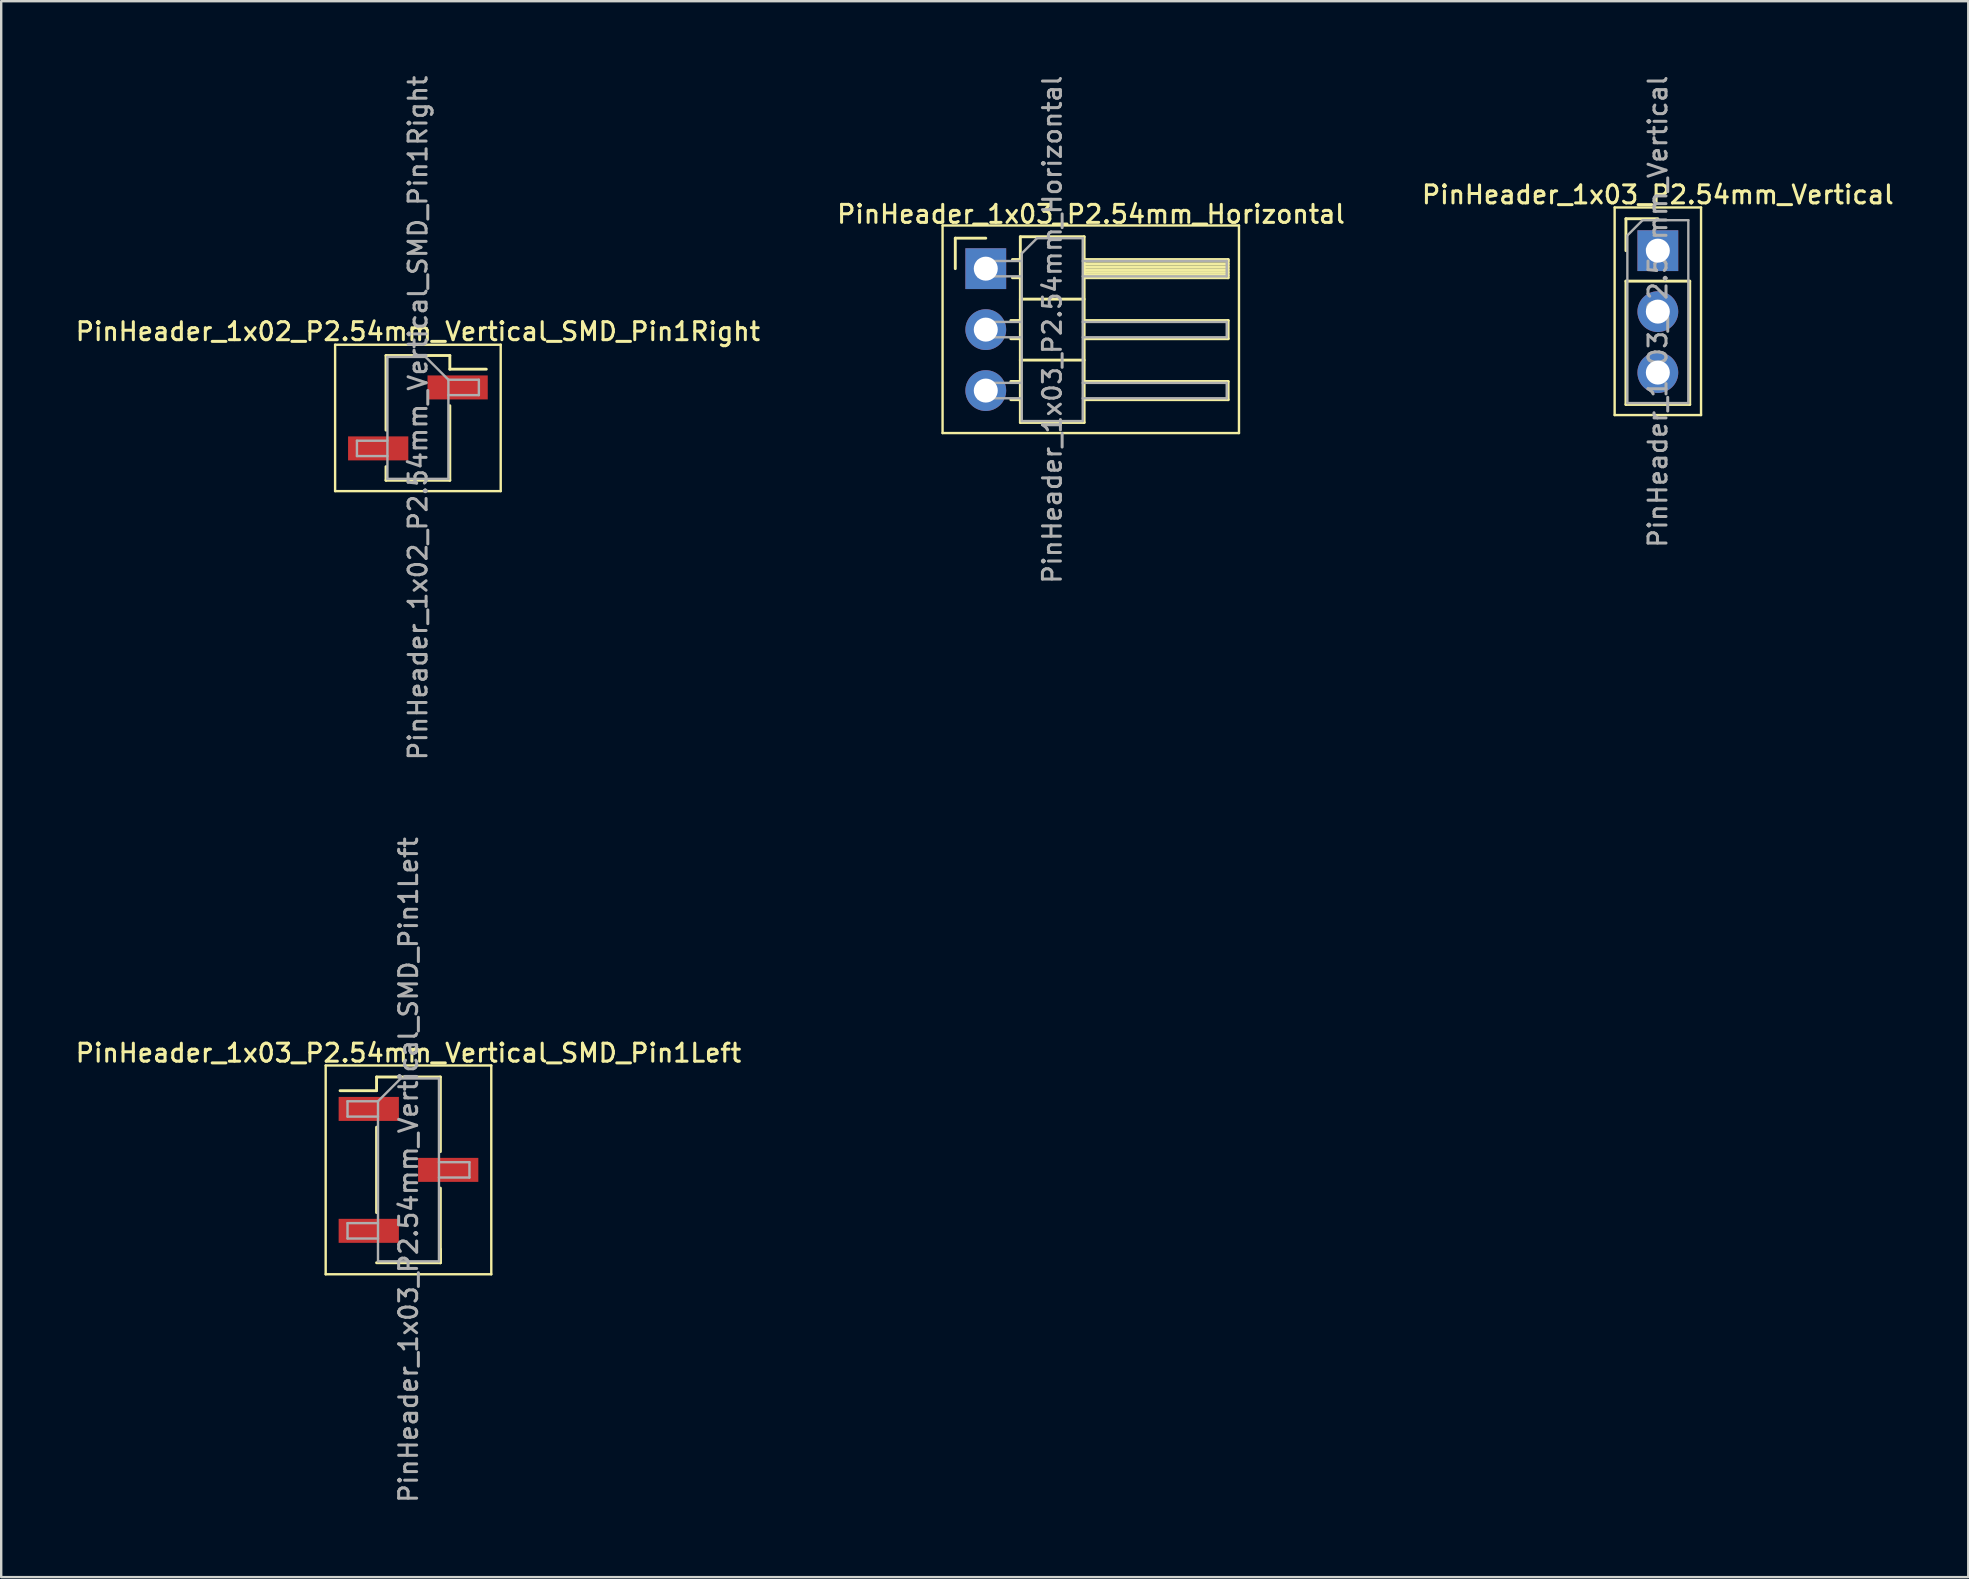
<source format=kicad_pcb>
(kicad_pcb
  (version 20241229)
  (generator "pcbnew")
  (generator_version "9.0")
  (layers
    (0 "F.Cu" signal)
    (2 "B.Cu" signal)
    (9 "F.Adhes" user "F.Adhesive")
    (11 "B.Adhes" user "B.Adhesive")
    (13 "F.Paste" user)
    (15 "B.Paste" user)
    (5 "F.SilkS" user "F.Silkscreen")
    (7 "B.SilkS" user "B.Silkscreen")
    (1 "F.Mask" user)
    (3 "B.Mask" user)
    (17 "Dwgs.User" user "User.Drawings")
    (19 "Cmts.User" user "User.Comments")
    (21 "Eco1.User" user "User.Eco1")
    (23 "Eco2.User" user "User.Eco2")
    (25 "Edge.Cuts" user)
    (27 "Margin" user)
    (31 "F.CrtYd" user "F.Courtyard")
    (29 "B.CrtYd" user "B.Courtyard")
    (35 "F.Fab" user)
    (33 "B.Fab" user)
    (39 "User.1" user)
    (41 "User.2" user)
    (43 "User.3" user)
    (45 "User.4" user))
  (footprint "PinHeader_1x02_P2.54mm_Vertical_SMD_Pin1Right"
    (layer "F.Cu")
    (at 14.363 14.363)
    (property "Reference" "PinHeader_1x02_P2.54mm_Vertical_SMD_Pin1Right" (at 0 -3.6 0) (layer "F.SilkS") (effects (font (size 0.75 0.75) (thickness 0.125))))
    (attr smd)
    (fp_line (start -3.45 -3.05) (end -3.45 3.05) (stroke (width 0.1) (type solid)) (layer "F.SilkS"))
    (fp_line (start -3.45 3.05) (end 3.45 3.05) (stroke (width 0.1) (type solid)) (layer "F.SilkS"))
    (fp_line (start -1.33 -2.6) (end -1.33 0.51) (stroke (width 0.12) (type solid)) (layer "F.SilkS"))
    (fp_line (start -1.33 -2.6) (end 1.33 -2.6) (stroke (width 0.12) (type solid)) (layer "F.SilkS"))
    (fp_line (start -1.33 2.03) (end -1.33 2.6) (stroke (width 0.12) (type solid)) (layer "F.SilkS"))
    (fp_line (start -1.33 2.6) (end 1.33 2.6) (stroke (width 0.12) (type solid)) (layer "F.SilkS"))
    (fp_line (start 1.33 -2.6) (end 1.33 -2.03) (stroke (width 0.12) (type solid)) (layer "F.SilkS"))
    (fp_line (start 1.33 -2.03) (end 2.85 -2.03) (stroke (width 0.12) (type solid)) (layer "F.SilkS"))
    (fp_line (start 1.33 -0.51) (end 1.33 2.6) (stroke (width 0.12) (type solid)) (layer "F.SilkS"))
    (fp_line (start 3.45 -3.05) (end -3.45 -3.05) (stroke (width 0.1) (type solid)) (layer "F.SilkS"))
    (fp_line (start 3.45 3.05) (end 3.45 -3.05) (stroke (width 0.1) (type solid)) (layer "F.SilkS"))
    (fp_line (start -2.54 0.95) (end -2.54 1.59) (stroke (width 0.1) (type solid)) (layer "F.Fab"))
    (fp_line (start -2.54 1.59) (end -1.27 1.59) (stroke (width 0.1) (type solid)) (layer "F.Fab"))
    (fp_line (start -1.27 -2.54) (end -1.27 2.54) (stroke (width 0.1) (type solid)) (layer "F.Fab"))
    (fp_line (start -1.27 -2.54) (end 0.32 -2.54) (stroke (width 0.1) (type solid)) (layer "F.Fab"))
    (fp_line (start -1.27 0.95) (end -2.54 0.95) (stroke (width 0.1) (type solid)) (layer "F.Fab"))
    (fp_line (start 1.27 -1.59) (end 0.32 -2.54) (stroke (width 0.1) (type solid)) (layer "F.Fab"))
    (fp_line (start 1.27 -1.59) (end 2.54 -1.59) (stroke (width 0.1) (type solid)) (layer "F.Fab"))
    (fp_line (start 1.27 2.54) (end -1.27 2.54) (stroke (width 0.1) (type solid)) (layer "F.Fab"))
    (fp_line (start 1.27 2.54) (end 1.27 -1.59) (stroke (width 0.1) (type solid)) (layer "F.Fab"))
    (fp_line (start 2.54 -1.59) (end 2.54 -0.95) (stroke (width 0.1) (type solid)) (layer "F.Fab"))
    (fp_line (start 2.54 -0.95) (end 1.27 -0.95) (stroke (width 0.1) (type solid)) (layer "F.Fab"))
    (fp_text user "${REFERENCE}" (at 0 0 90) (layer "F.Fab") (effects (font (size 0.75 0.75) (thickness 0.125))))
    (pad "1" smd rect (at 1.655 -1.27) (size 2.51 1) (layers "F.Cu" "F.Mask" "F.Paste"))
    (pad "2" smd rect (at -1.655 1.27) (size 2.51 1) (layers "F.Cu" "F.Mask" "F.Paste")))
  (footprint "PinHeader_1x03_P2.54mm_Horizontal"
    (layer "F.Cu")
    (at 38.024 8.144)
    (property "Reference" "PinHeader_1x03_P2.54mm_Horizontal" (at 4.385 -2.27 0) (layer "F.SilkS") (effects (font (size 0.75 0.75) (thickness 0.125))))
    (attr through_hole)
    (fp_line (start -1.8 -1.8) (end -1.8 6.85) (stroke (width 0.1) (type solid)) (layer "F.SilkS"))
    (fp_line (start -1.8 6.85) (end 10.55 6.85) (stroke (width 0.1) (type solid)) (layer "F.SilkS"))
    (fp_line (start -1.27 -1.27) (end 0 -1.27) (stroke (width 0.12) (type solid)) (layer "F.SilkS"))
    (fp_line (start -1.27 0) (end -1.27 -1.27) (stroke (width 0.12) (type solid)) (layer "F.SilkS"))
    (fp_line (start 1.043 2.16) (end 1.44 2.16) (stroke (width 0.12) (type solid)) (layer "F.SilkS"))
    (fp_line (start 1.043 2.92) (end 1.44 2.92) (stroke (width 0.12) (type solid)) (layer "F.SilkS"))
    (fp_line (start 1.043 4.7) (end 1.44 4.7) (stroke (width 0.12) (type solid)) (layer "F.SilkS"))
    (fp_line (start 1.043 5.46) (end 1.44 5.46) (stroke (width 0.12) (type solid)) (layer "F.SilkS"))
    (fp_line (start 1.11 -0.38) (end 1.44 -0.38) (stroke (width 0.12) (type solid)) (layer "F.SilkS"))
    (fp_line (start 1.11 0.38) (end 1.44 0.38) (stroke (width 0.12) (type solid)) (layer "F.SilkS"))
    (fp_line (start 1.44 -1.33) (end 1.44 6.41) (stroke (width 0.12) (type solid)) (layer "F.SilkS"))
    (fp_line (start 1.44 1.27) (end 4.1 1.27) (stroke (width 0.12) (type solid)) (layer "F.SilkS"))
    (fp_line (start 1.44 3.81) (end 4.1 3.81) (stroke (width 0.12) (type solid)) (layer "F.SilkS"))
    (fp_line (start 1.44 6.41) (end 4.1 6.41) (stroke (width 0.12) (type solid)) (layer "F.SilkS"))
    (fp_line (start 4.1 -1.33) (end 1.44 -1.33) (stroke (width 0.12) (type solid)) (layer "F.SilkS"))
    (fp_line (start 4.1 -0.38) (end 10.1 -0.38) (stroke (width 0.12) (type solid)) (layer "F.SilkS"))
    (fp_line (start 4.1 -0.32) (end 10.1 -0.32) (stroke (width 0.12) (type solid)) (layer "F.SilkS"))
    (fp_line (start 4.1 -0.2) (end 10.1 -0.2) (stroke (width 0.12) (type solid)) (layer "F.SilkS"))
    (fp_line (start 4.1 -0.08) (end 10.1 -0.08) (stroke (width 0.12) (type solid)) (layer "F.SilkS"))
    (fp_line (start 4.1 0.04) (end 10.1 0.04) (stroke (width 0.12) (type solid)) (layer "F.SilkS"))
    (fp_line (start 4.1 0.16) (end 10.1 0.16) (stroke (width 0.12) (type solid)) (layer "F.SilkS"))
    (fp_line (start 4.1 0.28) (end 10.1 0.28) (stroke (width 0.12) (type solid)) (layer "F.SilkS"))
    (fp_line (start 4.1 2.16) (end 10.1 2.16) (stroke (width 0.12) (type solid)) (layer "F.SilkS"))
    (fp_line (start 4.1 4.7) (end 10.1 4.7) (stroke (width 0.12) (type solid)) (layer "F.SilkS"))
    (fp_line (start 4.1 6.41) (end 4.1 -1.33) (stroke (width 0.12) (type solid)) (layer "F.SilkS"))
    (fp_line (start 10.1 -0.38) (end 10.1 0.38) (stroke (width 0.12) (type solid)) (layer "F.SilkS"))
    (fp_line (start 10.1 0.38) (end 4.1 0.38) (stroke (width 0.12) (type solid)) (layer "F.SilkS"))
    (fp_line (start 10.1 2.16) (end 10.1 2.92) (stroke (width 0.12) (type solid)) (layer "F.SilkS"))
    (fp_line (start 10.1 2.92) (end 4.1 2.92) (stroke (width 0.12) (type solid)) (layer "F.SilkS"))
    (fp_line (start 10.1 4.7) (end 10.1 5.46) (stroke (width 0.12) (type solid)) (layer "F.SilkS"))
    (fp_line (start 10.1 5.46) (end 4.1 5.46) (stroke (width 0.12) (type solid)) (layer "F.SilkS"))
    (fp_line (start 10.55 -1.8) (end -1.8 -1.8) (stroke (width 0.1) (type solid)) (layer "F.SilkS"))
    (fp_line (start 10.55 6.85) (end 10.55 -1.8) (stroke (width 0.1) (type solid)) (layer "F.SilkS"))
    (fp_line (start -0.32 -0.32) (end -0.32 0.32) (stroke (width 0.1) (type solid)) (layer "F.Fab"))
    (fp_line (start -0.32 -0.32) (end 1.5 -0.32) (stroke (width 0.1) (type solid)) (layer "F.Fab"))
    (fp_line (start -0.32 0.32) (end 1.5 0.32) (stroke (width 0.1) (type solid)) (layer "F.Fab"))
    (fp_line (start -0.32 2.22) (end -0.32 2.86) (stroke (width 0.1) (type solid)) (layer "F.Fab"))
    (fp_line (start -0.32 2.22) (end 1.5 2.22) (stroke (width 0.1) (type solid)) (layer "F.Fab"))
    (fp_line (start -0.32 2.86) (end 1.5 2.86) (stroke (width 0.1) (type solid)) (layer "F.Fab"))
    (fp_line (start -0.32 4.76) (end -0.32 5.4) (stroke (width 0.1) (type solid)) (layer "F.Fab"))
    (fp_line (start -0.32 4.76) (end 1.5 4.76) (stroke (width 0.1) (type solid)) (layer "F.Fab"))
    (fp_line (start -0.32 5.4) (end 1.5 5.4) (stroke (width 0.1) (type solid)) (layer "F.Fab"))
    (fp_line (start 1.5 -0.635) (end 2.135 -1.27) (stroke (width 0.1) (type solid)) (layer "F.Fab"))
    (fp_line (start 1.5 6.35) (end 1.5 -0.635) (stroke (width 0.1) (type solid)) (layer "F.Fab"))
    (fp_line (start 2.135 -1.27) (end 4.04 -1.27) (stroke (width 0.1) (type solid)) (layer "F.Fab"))
    (fp_line (start 4.04 -1.27) (end 4.04 6.35) (stroke (width 0.1) (type solid)) (layer "F.Fab"))
    (fp_line (start 4.04 -0.32) (end 10.04 -0.32) (stroke (width 0.1) (type solid)) (layer "F.Fab"))
    (fp_line (start 4.04 0.32) (end 10.04 0.32) (stroke (width 0.1) (type solid)) (layer "F.Fab"))
    (fp_line (start 4.04 2.22) (end 10.04 2.22) (stroke (width 0.1) (type solid)) (layer "F.Fab"))
    (fp_line (start 4.04 2.86) (end 10.04 2.86) (stroke (width 0.1) (type solid)) (layer "F.Fab"))
    (fp_line (start 4.04 4.76) (end 10.04 4.76) (stroke (width 0.1) (type solid)) (layer "F.Fab"))
    (fp_line (start 4.04 5.4) (end 10.04 5.4) (stroke (width 0.1) (type solid)) (layer "F.Fab"))
    (fp_line (start 4.04 6.35) (end 1.5 6.35) (stroke (width 0.1) (type solid)) (layer "F.Fab"))
    (fp_line (start 10.04 -0.32) (end 10.04 0.32) (stroke (width 0.1) (type solid)) (layer "F.Fab"))
    (fp_line (start 10.04 2.22) (end 10.04 2.86) (stroke (width 0.1) (type solid)) (layer "F.Fab"))
    (fp_line (start 10.04 4.76) (end 10.04 5.4) (stroke (width 0.1) (type solid)) (layer "F.Fab"))
    (fp_text user "${REFERENCE}" (at 2.77 2.54 90) (layer "F.Fab") (effects (font (size 0.75 0.75) (thickness 0.125))))
    (pad "1" thru_hole rect (at 0 0) (size 1.7 1.7) (drill 1) (layers "*.Cu" "*.Mask"))
    (pad "2" thru_hole oval (at 0 2.54) (size 1.7 1.7) (drill 1) (layers "*.Cu" "*.Mask"))
    (pad "3" thru_hole oval (at 0 5.08) (size 1.7 1.7) (drill 1) (layers "*.Cu" "*.Mask")))
  (footprint "PinHeader_1x03_P2.54mm_Vertical_SMD_Pin1Left"
    (layer "F.Cu")
    (at 13.97 45.695)
    (property "Reference" "PinHeader_1x03_P2.54mm_Vertical_SMD_Pin1Left" (at 0 -4.87 0) (layer "F.SilkS") (effects (font (size 0.75 0.75) (thickness 0.125))))
    (attr smd)
    (fp_line (start -3.45 -4.35) (end -3.45 4.35) (stroke (width 0.1) (type solid)) (layer "F.SilkS"))
    (fp_line (start -3.45 4.35) (end 3.45 4.35) (stroke (width 0.1) (type solid)) (layer "F.SilkS"))
    (fp_line (start -1.33 -3.87) (end -1.33 -3.3) (stroke (width 0.12) (type solid)) (layer "F.SilkS"))
    (fp_line (start -1.33 -3.87) (end 1.33 -3.87) (stroke (width 0.12) (type solid)) (layer "F.SilkS"))
    (fp_line (start -1.33 -3.3) (end -2.85 -3.3) (stroke (width 0.12) (type solid)) (layer "F.SilkS"))
    (fp_line (start -1.33 -1.78) (end -1.33 1.78) (stroke (width 0.12) (type solid)) (layer "F.SilkS"))
    (fp_line (start -1.33 3.87) (end 1.33 3.87) (stroke (width 0.12) (type solid)) (layer "F.SilkS"))
    (fp_line (start 1.33 -3.87) (end 1.33 -0.76) (stroke (width 0.12) (type solid)) (layer "F.SilkS"))
    (fp_line (start 1.33 0.76) (end 1.33 3.87) (stroke (width 0.12) (type solid)) (layer "F.SilkS"))
    (fp_line (start 1.33 3.3) (end 1.33 3.87) (stroke (width 0.12) (type solid)) (layer "F.SilkS"))
    (fp_line (start 3.45 -4.35) (end -3.45 -4.35) (stroke (width 0.1) (type solid)) (layer "F.SilkS"))
    (fp_line (start 3.45 4.35) (end 3.45 -4.35) (stroke (width 0.1) (type solid)) (layer "F.SilkS"))
    (fp_line (start -2.54 -2.86) (end -2.54 -2.22) (stroke (width 0.1) (type solid)) (layer "F.Fab"))
    (fp_line (start -2.54 -2.22) (end -1.27 -2.22) (stroke (width 0.1) (type solid)) (layer "F.Fab"))
    (fp_line (start -2.54 2.22) (end -2.54 2.86) (stroke (width 0.1) (type solid)) (layer "F.Fab"))
    (fp_line (start -2.54 2.86) (end -1.27 2.86) (stroke (width 0.1) (type solid)) (layer "F.Fab"))
    (fp_line (start -1.27 -2.86) (end -2.54 -2.86) (stroke (width 0.1) (type solid)) (layer "F.Fab"))
    (fp_line (start -1.27 -2.86) (end -0.32 -3.81) (stroke (width 0.1) (type solid)) (layer "F.Fab"))
    (fp_line (start -1.27 2.22) (end -2.54 2.22) (stroke (width 0.1) (type solid)) (layer "F.Fab"))
    (fp_line (start -1.27 3.81) (end -1.27 -2.86) (stroke (width 0.1) (type solid)) (layer "F.Fab"))
    (fp_line (start -0.32 -3.81) (end 1.27 -3.81) (stroke (width 0.1) (type solid)) (layer "F.Fab"))
    (fp_line (start 1.27 -3.81) (end 1.27 3.81) (stroke (width 0.1) (type solid)) (layer "F.Fab"))
    (fp_line (start 1.27 -0.32) (end 2.54 -0.32) (stroke (width 0.1) (type solid)) (layer "F.Fab"))
    (fp_line (start 1.27 3.81) (end -1.27 3.81) (stroke (width 0.1) (type solid)) (layer "F.Fab"))
    (fp_line (start 2.54 -0.32) (end 2.54 0.32) (stroke (width 0.1) (type solid)) (layer "F.Fab"))
    (fp_line (start 2.54 0.32) (end 1.27 0.32) (stroke (width 0.1) (type solid)) (layer "F.Fab"))
    (fp_text user "${REFERENCE}" (at 0 0 90) (layer "F.Fab") (effects (font (size 0.75 0.75) (thickness 0.125))))
    (pad "1" smd rect (at -1.655 -2.54) (size 2.51 1) (layers "F.Cu" "F.Mask" "F.Paste"))
    (pad "2" smd rect (at 1.655 0) (size 2.51 1) (layers "F.Cu" "F.Mask" "F.Paste"))
    (pad "3" smd rect (at -1.655 2.54) (size 2.51 1) (layers "F.Cu" "F.Mask" "F.Paste")))
  (footprint "PinHeader_1x03_P2.54mm_Vertical"
    (layer "F.Cu")
    (at 66.027 7.394)
    (property "Reference" "PinHeader_1x03_P2.54mm_Vertical" (at 0 -2.33 0) (layer "F.SilkS") (effects (font (size 0.75 0.75) (thickness 0.125))))
    (attr through_hole)
    (fp_line (start -1.8 -1.8) (end -1.8 6.85) (stroke (width 0.1) (type solid)) (layer "F.SilkS"))
    (fp_line (start -1.8 6.85) (end 1.8 6.85) (stroke (width 0.1) (type solid)) (layer "F.SilkS"))
    (fp_line (start -1.33 -1.33) (end 0 -1.33) (stroke (width 0.12) (type solid)) (layer "F.SilkS"))
    (fp_line (start -1.33 0) (end -1.33 -1.33) (stroke (width 0.12) (type solid)) (layer "F.SilkS"))
    (fp_line (start -1.33 1.27) (end -1.33 6.41) (stroke (width 0.12) (type solid)) (layer "F.SilkS"))
    (fp_line (start -1.33 1.27) (end 1.33 1.27) (stroke (width 0.12) (type solid)) (layer "F.SilkS"))
    (fp_line (start -1.33 6.41) (end 1.33 6.41) (stroke (width 0.12) (type solid)) (layer "F.SilkS"))
    (fp_line (start 1.33 1.27) (end 1.33 6.41) (stroke (width 0.12) (type solid)) (layer "F.SilkS"))
    (fp_line (start 1.8 -1.8) (end -1.8 -1.8) (stroke (width 0.1) (type solid)) (layer "F.SilkS"))
    (fp_line (start 1.8 6.85) (end 1.8 -1.8) (stroke (width 0.1) (type solid)) (layer "F.SilkS"))
    (fp_line (start -1.27 -0.635) (end -0.635 -1.27) (stroke (width 0.1) (type solid)) (layer "F.Fab"))
    (fp_line (start -1.27 6.35) (end -1.27 -0.635) (stroke (width 0.1) (type solid)) (layer "F.Fab"))
    (fp_line (start -0.635 -1.27) (end 1.27 -1.27) (stroke (width 0.1) (type solid)) (layer "F.Fab"))
    (fp_line (start 1.27 -1.27) (end 1.27 6.35) (stroke (width 0.1) (type solid)) (layer "F.Fab"))
    (fp_line (start 1.27 6.35) (end -1.27 6.35) (stroke (width 0.1) (type solid)) (layer "F.Fab"))
    (fp_text user "${REFERENCE}" (at 0 2.54 90) (layer "F.Fab") (effects (font (size 0.75 0.75) (thickness 0.125))))
    (pad "1" thru_hole rect (at 0 0) (size 1.7 1.7) (drill 1) (layers "*.Cu" "*.Mask"))
    (pad "2" thru_hole oval (at 0 2.54) (size 1.7 1.7) (drill 1) (layers "*.Cu" "*.Mask"))
    (pad "3" thru_hole oval (at 0 5.08) (size 1.7 1.7) (drill 1) (layers "*.Cu" "*.Mask")))
  (gr_rect
    (start -3 -3)
    (end 78.961 62.664)
    (stroke (width 0.1) (type default))
    (fill no)
    (layer "Edge.Cuts")))
</source>
